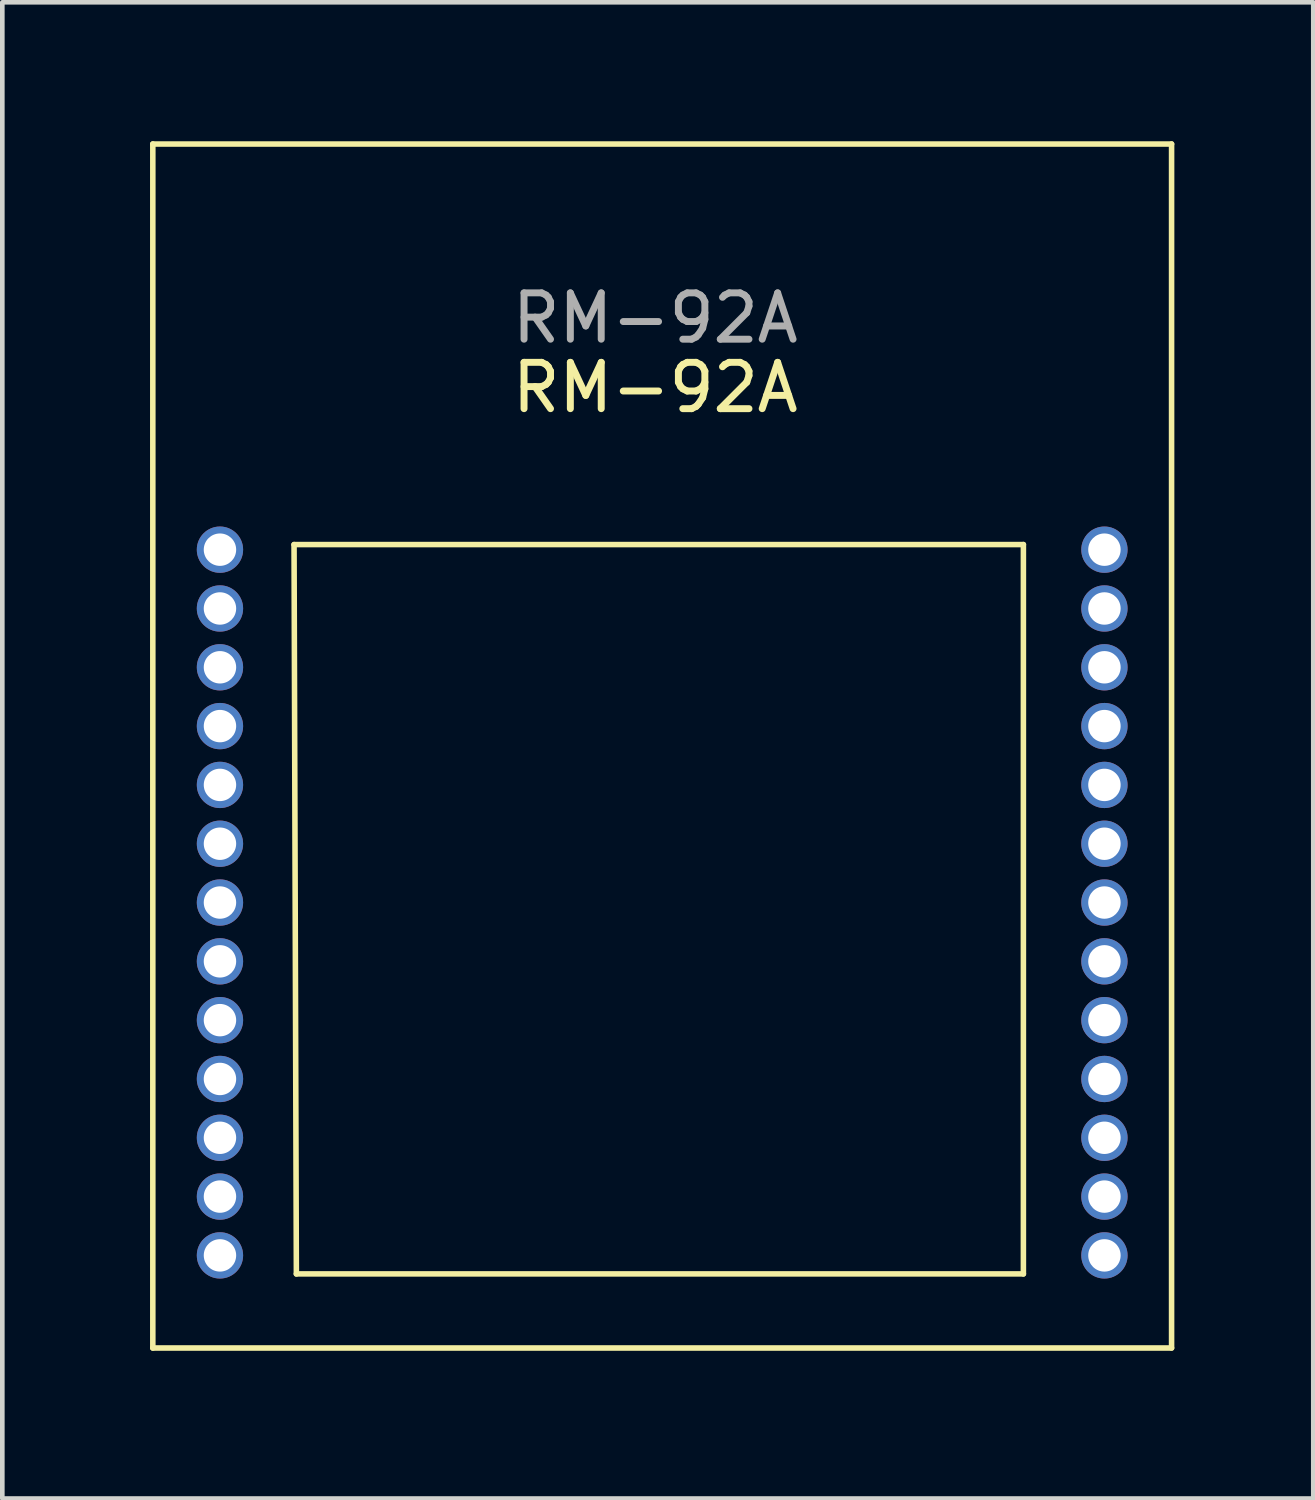
<source format=kicad_pcb>
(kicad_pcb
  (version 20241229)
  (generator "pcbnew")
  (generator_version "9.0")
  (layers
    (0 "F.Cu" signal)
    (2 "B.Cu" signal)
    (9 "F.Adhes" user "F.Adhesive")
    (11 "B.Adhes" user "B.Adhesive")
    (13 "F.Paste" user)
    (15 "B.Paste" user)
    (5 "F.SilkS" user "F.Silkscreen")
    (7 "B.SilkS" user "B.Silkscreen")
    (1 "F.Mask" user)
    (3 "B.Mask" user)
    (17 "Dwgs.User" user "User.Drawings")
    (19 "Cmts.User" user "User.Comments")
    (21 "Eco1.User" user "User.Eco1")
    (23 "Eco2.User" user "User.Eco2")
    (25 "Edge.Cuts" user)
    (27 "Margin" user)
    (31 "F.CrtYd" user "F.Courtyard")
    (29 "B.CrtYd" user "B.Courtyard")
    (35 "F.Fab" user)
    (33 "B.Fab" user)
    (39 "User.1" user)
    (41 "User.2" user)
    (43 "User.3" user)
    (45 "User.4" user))
  (footprint "RM-92A"
    (layer "F.Cu")
    (at 0.25 26.06)
    (property "Reference" "RM-92A" (at 10.85 -20.74 0) (unlocked yes) (layer "F.SilkS") (effects (font (size 1 1) (thickness 0.15))))
    (attr through_hole)
    (fp_line (start 0 -26) (end 0 0) (stroke (width 0.12) (type solid)) (layer "F.SilkS"))
    (fp_line (start 0 0) (end 22 0) (stroke (width 0.12) (type solid)) (layer "F.SilkS"))
    (fp_line (start 3.05 -17.35) (end 3.1 -1.6) (stroke (width 0.12) (type solid)) (layer "F.SilkS"))
    (fp_line (start 3.1 -1.6) (end 18.8 -1.6) (stroke (width 0.12) (type solid)) (layer "F.SilkS"))
    (fp_line (start 18.8 -17.35) (end 3.05 -17.35) (stroke (width 0.12) (type solid)) (layer "F.SilkS"))
    (fp_line (start 18.8 -1.6) (end 18.8 -17.35) (stroke (width 0.12) (type solid)) (layer "F.SilkS"))
    (fp_line (start 22 -26) (end 0 -26) (stroke (width 0.12) (type solid)) (layer "F.SilkS"))
    (fp_line (start 22 0) (end 22 -26) (stroke (width 0.12) (type solid)) (layer "F.SilkS"))
    (fp_text user "${REFERENCE}" (at 10.85 -22.24 0) (unlocked yes) (layer "F.Fab") (effects (font (size 1 1) (thickness 0.15))))
    (pad "1" thru_hole circle (at 1.45 -17.24) (size 1 1) (drill 0.7) (layers "*.Cu" "*.Mask"))
    (pad "2" thru_hole circle (at 1.45 -15.97) (size 1 1) (drill 0.7) (layers "*.Cu" "*.Mask"))
    (pad "3" thru_hole circle (at 1.45 -14.7) (size 1 1) (drill 0.7) (layers "*.Cu" "*.Mask"))
    (pad "4" thru_hole circle (at 1.45 -13.43) (size 1 1) (drill 0.7) (layers "*.Cu" "*.Mask"))
    (pad "5" thru_hole circle (at 1.45 -12.16) (size 1 1) (drill 0.7) (layers "*.Cu" "*.Mask"))
    (pad "6" thru_hole circle (at 1.45 -10.89) (size 1 1) (drill 0.7) (layers "*.Cu" "*.Mask"))
    (pad "7" thru_hole circle (at 1.45 -9.62) (size 1 1) (drill 0.7) (layers "*.Cu" "*.Mask"))
    (pad "8" thru_hole circle (at 1.45 -8.35) (size 1 1) (drill 0.7) (layers "*.Cu" "*.Mask"))
    (pad "9" thru_hole circle (at 1.45 -7.08) (size 1 1) (drill 0.7) (layers "*.Cu" "*.Mask"))
    (pad "10" thru_hole circle (at 1.45 -5.81) (size 1 1) (drill 0.7) (layers "*.Cu" "*.Mask"))
    (pad "11" thru_hole circle (at 1.45 -4.54) (size 1 1) (drill 0.7) (layers "*.Cu" "*.Mask"))
    (pad "12" thru_hole circle (at 1.45 -3.27) (size 1 1) (drill 0.7) (layers "*.Cu" "*.Mask"))
    (pad "13" thru_hole circle (at 1.45 -2) (size 1 1) (drill 0.7) (layers "*.Cu" "*.Mask"))
    (pad "14" thru_hole circle (at 20.55 -2) (size 1 1) (drill 0.7) (layers "*.Cu" "*.Mask"))
    (pad "15" thru_hole circle (at 20.55 -3.27) (size 1 1) (drill 0.7) (layers "*.Cu" "*.Mask"))
    (pad "16" thru_hole circle (at 20.55 -4.54) (size 1 1) (drill 0.7) (layers "*.Cu" "*.Mask"))
    (pad "17" thru_hole circle (at 20.55 -5.81) (size 1 1) (drill 0.7) (layers "*.Cu" "*.Mask"))
    (pad "18" thru_hole circle (at 20.55 -7.08) (size 1 1) (drill 0.7) (layers "*.Cu" "*.Mask"))
    (pad "19" thru_hole circle (at 20.55 -8.35) (size 1 1) (drill 0.7) (layers "*.Cu" "*.Mask"))
    (pad "20" thru_hole circle (at 20.55 -9.62) (size 1 1) (drill 0.7) (layers "*.Cu" "*.Mask"))
    (pad "21" thru_hole circle (at 20.55 -10.89) (size 1 1) (drill 0.7) (layers "*.Cu" "*.Mask"))
    (pad "22" thru_hole circle (at 20.55 -12.16) (size 1 1) (drill 0.7) (layers "*.Cu" "*.Mask"))
    (pad "23" thru_hole circle (at 20.55 -13.43) (size 1 1) (drill 0.7) (layers "*.Cu" "*.Mask"))
    (pad "24" thru_hole circle (at 20.55 -14.7) (size 1 1) (drill 0.7) (layers "*.Cu" "*.Mask"))
    (pad "25" thru_hole circle (at 20.55 -15.97) (size 1 1) (drill 0.7) (layers "*.Cu" "*.Mask"))
    (pad "26" thru_hole circle (at 20.55 -17.24) (size 1 1) (drill 0.7) (layers "*.Cu" "*.Mask")))
  (gr_rect
    (start -3 -3)
    (end 25.31 29.31)
    (stroke (width 0.1) (type default))
    (fill no)
    (layer "Edge.Cuts")))
</source>
